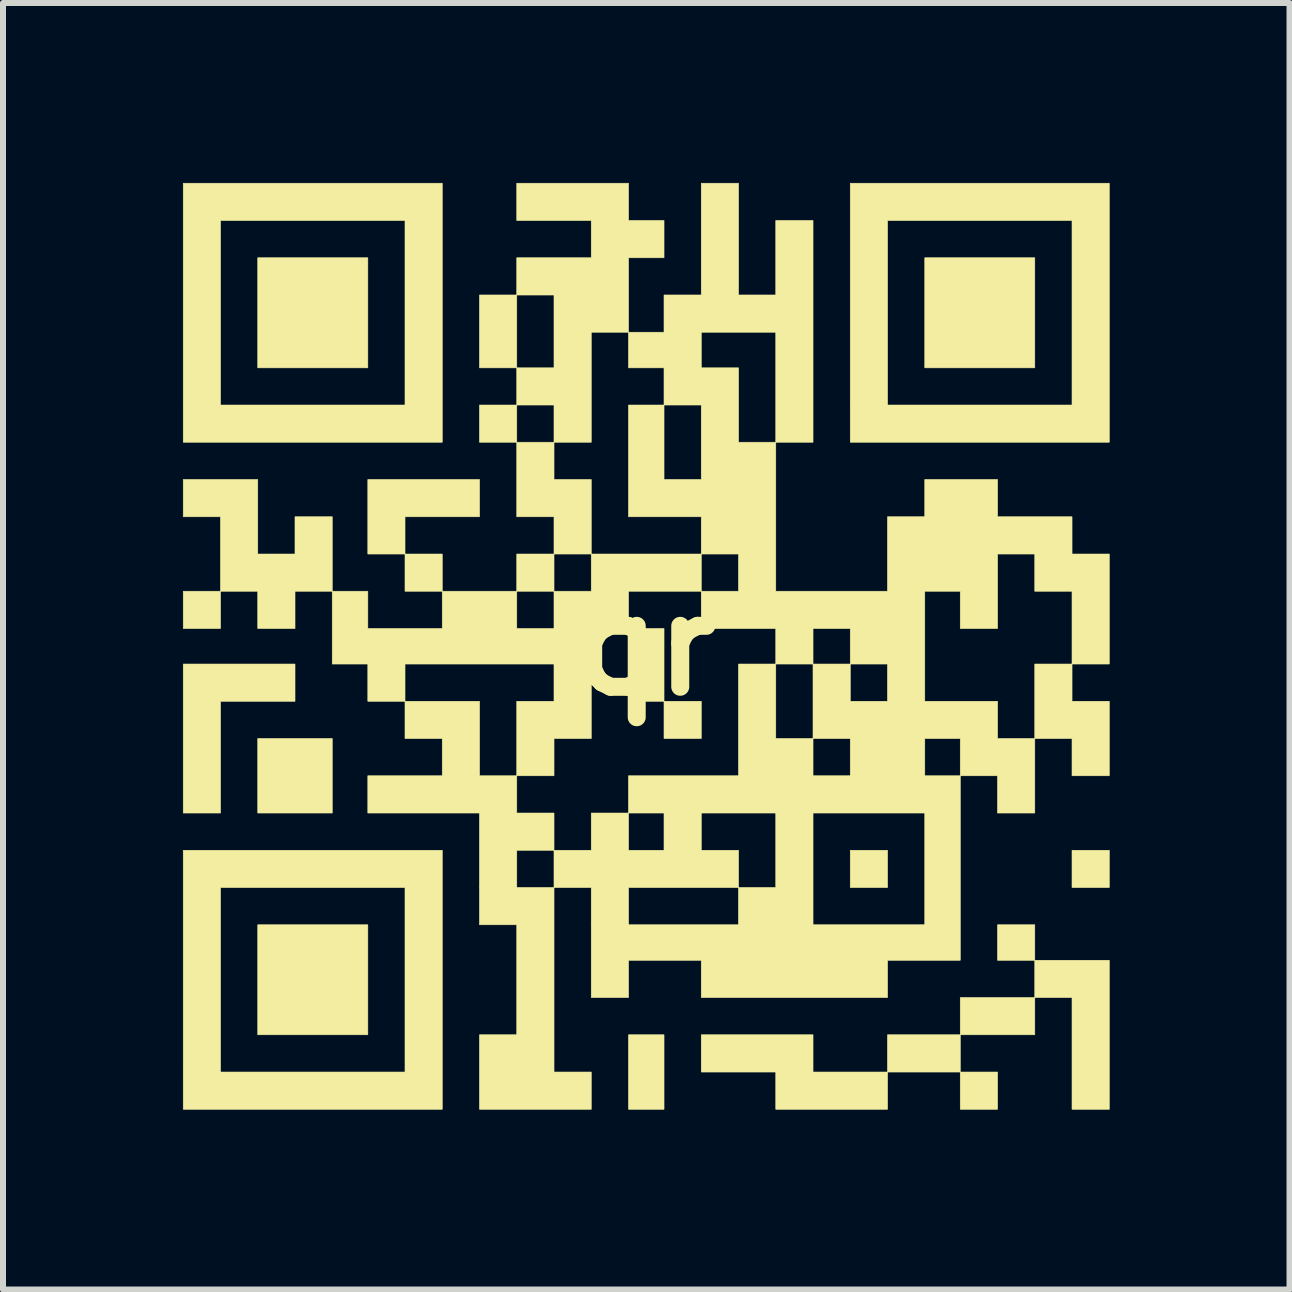
<source format=kicad_pcb>
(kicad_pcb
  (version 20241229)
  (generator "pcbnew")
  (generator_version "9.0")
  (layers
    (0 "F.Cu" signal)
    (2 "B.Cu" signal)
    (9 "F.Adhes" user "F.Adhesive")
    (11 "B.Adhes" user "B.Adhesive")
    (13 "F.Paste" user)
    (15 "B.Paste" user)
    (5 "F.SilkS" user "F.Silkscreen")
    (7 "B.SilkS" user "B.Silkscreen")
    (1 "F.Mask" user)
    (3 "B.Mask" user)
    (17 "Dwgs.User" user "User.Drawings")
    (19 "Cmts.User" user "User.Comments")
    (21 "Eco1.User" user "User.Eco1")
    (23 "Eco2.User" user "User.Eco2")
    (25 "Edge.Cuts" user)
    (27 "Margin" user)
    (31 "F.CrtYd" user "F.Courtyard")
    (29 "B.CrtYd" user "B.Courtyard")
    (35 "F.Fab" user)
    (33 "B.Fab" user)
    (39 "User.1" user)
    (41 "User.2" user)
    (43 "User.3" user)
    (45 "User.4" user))
  (footprint "qr"
    (layer "F.Cu")
    (at 7.71 7.71)
    (property "Reference" "qr" (at 0 0 0) (layer "F.SilkS") (effects (font (size 1.524 1.524) (thickness 0.3))))
    (attr through_hole)
    (fp_poly (pts (xy -7.084 -0.282) (xy -7.705 -0.282) (xy -7.705 -0.903) (xy -7.084 -0.903) (xy -7.084 -0.282)) (stroke (width 0.01) (type solid)) (fill yes) (layer "F.SilkS"))
    (fp_poly (pts (xy -5.221 2.794) (xy -6.463 2.794) (xy -6.463 1.552) (xy -5.221 1.552) (xy -5.221 2.794)) (stroke (width 0.01) (type solid)) (fill yes) (layer "F.SilkS"))
    (fp_poly (pts (xy -4.628 -4.628) (xy -6.463 -4.628) (xy -6.463 -6.463) (xy -4.628 -6.463) (xy -4.628 -4.628)) (stroke (width 0.01) (type solid)) (fill yes) (layer "F.SilkS"))
    (fp_poly (pts (xy -4.628 6.491) (xy -6.463 6.491) (xy -6.463 4.657) (xy -4.628 4.657) (xy -4.628 6.491)) (stroke (width 0.01) (type solid)) (fill yes) (layer "F.SilkS"))
    (fp_poly (pts (xy -3.387 -0.903) (xy -4.008 -0.903) (xy -4.008 -1.524) (xy -3.387 -1.524) (xy -3.387 -0.903)) (stroke (width 0.01) (type solid)) (fill yes) (layer "F.SilkS"))
    (fp_poly (pts (xy 0.31 0.931) (xy -0.282 0.931) (xy -0.282 -0.282) (xy 0.31 -0.282) (xy 0.31 0.931)) (stroke (width 0.01) (type solid)) (fill yes) (layer "F.SilkS"))
    (fp_poly (pts (xy 0.31 7.733) (xy -0.282 7.733) (xy -0.282 6.491) (xy 0.31 6.491) (xy 0.31 7.733)) (stroke (width 0.01) (type solid)) (fill yes) (layer "F.SilkS"))
    (fp_poly (pts (xy 0.931 1.552) (xy 0.31 1.552) (xy 0.31 0.931) (xy 0.931 0.931) (xy 0.931 1.552)) (stroke (width 0.01) (type solid)) (fill yes) (layer "F.SilkS"))
    (fp_poly (pts (xy 4.036 4.036) (xy 3.415 4.036) (xy 3.415 3.415) (xy 4.036 3.415) (xy 4.036 4.036)) (stroke (width 0.01) (type solid)) (fill yes) (layer "F.SilkS"))
    (fp_poly (pts (xy 5.249 7.112) (xy 4.036 7.112) (xy 4.036 6.491) (xy 5.249 6.491) (xy 5.249 7.112)) (stroke (width 0.01) (type solid)) (fill yes) (layer "F.SilkS"))
    (fp_poly (pts (xy 5.87 7.733) (xy 5.249 7.733) (xy 5.249 7.112) (xy 5.87 7.112) (xy 5.87 7.733)) (stroke (width 0.01) (type solid)) (fill yes) (layer "F.SilkS"))
    (fp_poly (pts (xy 6.491 -4.628) (xy 4.657 -4.628) (xy 4.657 -6.463) (xy 6.491 -6.463) (xy 6.491 -4.628)) (stroke (width 0.01) (type solid)) (fill yes) (layer "F.SilkS"))
    (fp_poly (pts (xy 6.491 5.249) (xy 5.87 5.249) (xy 5.87 4.657) (xy 6.491 4.657) (xy 6.491 5.249)) (stroke (width 0.01) (type solid)) (fill yes) (layer "F.SilkS"))
    (fp_poly (pts (xy 6.491 6.491) (xy 5.249 6.491) (xy 5.249 5.87) (xy 6.491 5.87) (xy 6.491 6.491)) (stroke (width 0.01) (type solid)) (fill yes) (layer "F.SilkS"))
    (fp_poly (pts (xy 7.733 4.036) (xy 7.112 4.036) (xy 7.112 3.415) (xy 7.733 3.415) (xy 7.733 4.036)) (stroke (width 0.01) (type solid)) (fill yes) (layer "F.SilkS"))
    (fp_poly (pts (xy -5.842 0.931) (xy -7.084 0.931) (xy -7.084 2.794) (xy -7.705 2.794) (xy -7.705 0.31) (xy -5.842 0.31) (xy -5.842 0.931)) (stroke (width 0.01) (type solid)) (fill yes) (layer "F.SilkS"))
    (fp_poly (pts (xy -2.766 -2.145) (xy -4.008 -2.145) (xy -4.008 -1.524) (xy -4.628 -1.524) (xy -4.628 -2.766) (xy -2.766 -2.766) (xy -2.766 -2.145)) (stroke (width 0.01) (type solid)) (fill yes) (layer "F.SilkS"))
    (fp_poly (pts (xy 6.491 5.249) (xy 7.733 5.249) (xy 7.733 7.733) (xy 7.112 7.733) (xy 7.112 5.87) (xy 6.491 5.87) (xy 6.491 5.249)) (stroke (width 0.01) (type solid)) (fill yes) (layer "F.SilkS"))
    (fp_poly (pts (xy 2.794 7.112) (xy 4.036 7.112) (xy 4.036 7.733) (xy 2.173 7.733) (xy 2.173 7.112) (xy 0.931 7.112) (xy 0.931 6.491) (xy 2.794 6.491) (xy 2.794 7.112)) (stroke (width 0.01) (type solid)) (fill yes) (layer "F.SilkS"))
    (fp_poly (pts (xy -3.387 -3.387) (xy -7.705 -3.387) (xy -7.705 -7.084) (xy -7.084 -7.084) (xy -7.084 -4.008) (xy -4.008 -4.008) (xy -4.008 -7.084) (xy -7.084 -7.084) (xy -7.705 -7.084) (xy -7.705 -7.705) (xy -3.387 -7.705) (xy -3.387 -3.387)) (stroke (width 0.01) (type solid)) (fill yes) (layer "F.SilkS"))
    (fp_poly (pts (xy -3.387 7.733) (xy -7.705 7.733) (xy -7.705 4.036) (xy -7.084 4.036) (xy -7.084 7.112) (xy -4.008 7.112) (xy -4.008 4.036) (xy -7.084 4.036) (xy -7.705 4.036) (xy -7.705 3.415) (xy -3.387 3.415) (xy -3.387 7.733)) (stroke (width 0.01) (type solid)) (fill yes) (layer "F.SilkS"))
    (fp_poly (pts (xy 7.733 -3.387) (xy 3.415 -3.387) (xy 3.415 -7.084) (xy 4.036 -7.084) (xy 4.036 -4.008) (xy 7.112 -4.008) (xy 7.112 -7.084) (xy 4.036 -7.084) (xy 3.415 -7.084) (xy 3.415 -7.705) (xy 7.733 -7.705) (xy 7.733 -3.387)) (stroke (width 0.01) (type solid)) (fill yes) (layer "F.SilkS"))
    (fp_poly (pts (xy -7.084 -2.145) (xy -7.705 -2.145) (xy -7.705 -2.766) (xy -6.463 -2.766) (xy -6.463 -1.524) (xy -5.842 -1.524) (xy -5.842 -2.145) (xy -5.221 -2.145) (xy -5.221 -0.903) (xy -5.842 -0.903) (xy -5.842 -0.282) (xy -6.463 -0.282) (xy -6.463 -0.903) (xy -7.084 -0.903) (xy -7.084 -2.145)) (stroke (width 0.01) (type solid)) (fill yes) (layer "F.SilkS"))
    (fp_poly (pts (xy -0.282 -7.084) (xy 0.31 -7.084) (xy 0.31 -6.463) (xy -0.282 -6.463) (xy -0.282 -5.221) (xy 0.31 -5.221) (xy 0.931 -5.221) (xy 0.931 -4.628) (xy 1.552 -4.628) (xy 1.552 -3.387) (xy 2.173 -3.387) (xy 2.173 -5.221) (xy 0.931 -5.221) (xy 0.31 -5.221) (xy 0.31 -5.842) (xy 0.931 -5.842) (xy 0.931 -7.705) (xy 1.552 -7.705) (xy 1.552 -5.842) (xy 2.173 -5.842) (xy 2.173 -7.084) (xy 2.794 -7.084) (xy 2.794 -3.387) (xy 2.173 -3.387) (xy 2.173 -0.903) (xy 4.036 -0.903) (xy 4.657 -0.903) (xy 4.657 0.931) (xy 5.87 0.931) (xy 5.87 1.552) (xy 6.491 1.552) (xy 6.491 0.31) (xy 7.112 0.31) (xy 7.112 -0.903) (xy 6.491 -0.903) (xy 6.491 -1.524) (xy 5.87 -1.524) (xy 5.87 -0.282) (xy 5.249 -0.282) (xy 5.249 -0.903) (xy 4.657 -0.903) (xy 4.036 -0.903) (xy 4.036 -2.145) (xy 4.657 -2.145) (xy 4.657 -2.766) (xy 5.87 -2.766) (xy 5.87 -2.145) (xy 7.112 -2.145) (xy 7.112 -1.524) (xy 7.733 -1.524) (xy 7.733 0.31) (xy 7.112 0.31) (xy 7.112 0.931) (xy 7.733 0.931) (xy 7.733 2.173) (xy 7.112 2.173) (xy 7.112 1.552) (xy 6.491 1.552) (xy 6.491 2.794) (xy 5.87 2.794) (xy 5.87 2.173) (xy 5.249 2.173) (xy 5.249 5.249) (xy 4.036 5.249) (xy 4.036 5.87) (xy 0.931 5.87) (xy 0.931 5.249) (xy -0.282 5.249) (xy -0.282 5.87) (xy -0.903 5.87) (xy -0.903 4.036) (xy -0.282 4.036) (xy -0.282 4.657) (xy 1.552 4.657) (xy 1.552 4.036) (xy -0.282 4.036) (xy -0.903 4.036) (xy -1.524 4.036) (xy -1.524 7.112) (xy -0.903 7.112) (xy -0.903 7.733) (xy -2.766 7.733) (xy -2.766 6.491) (xy -2.145 6.491) (xy -2.145 4.657) (xy -2.766 4.657) (xy -2.766 3.415) (xy -2.145 3.415) (xy -2.145 4.036) (xy -1.524 4.036) (xy -1.524 3.415) (xy -2.145 3.415) (xy -2.766 3.415) (xy -2.766 2.794) (xy -4.628 2.794) (xy -4.628 2.173) (xy -3.387 2.173) (xy -3.387 1.552) (xy -4.008 1.552) (xy -4.008 0.931) (xy -4.628 0.931) (xy -4.628 0.31) (xy -4.008 0.31) (xy -4.008 0.931) (xy -2.766 0.931) (xy -2.766 2.173) (xy -2.145 2.173) (xy -2.145 2.794) (xy -1.524 2.794) (xy -1.524 3.415) (xy -0.903 3.415) (xy -0.903 2.794) (xy -0.282 2.794) (xy -0.282 3.415) (xy 0.31 3.415) (xy 0.31 2.794) (xy 0.931 2.794) (xy 0.931 3.415) (xy 1.552 3.415) (xy 1.552 4.036) (xy 2.173 4.036) (xy 2.173 2.794) (xy 2.794 2.794) (xy 2.794 4.657) (xy 4.657 4.657) (xy 4.657 2.794) (xy 2.794 2.794) (xy 2.173 2.794) (xy 0.931 2.794) (xy 0.31 2.794) (xy -0.282 2.794) (xy -0.282 2.173) (xy 1.552 2.173) (xy 1.552 0.31) (xy 2.173 0.31) (xy 2.173 1.552) (xy 2.794 1.552) (xy 2.794 2.173) (xy 3.415 2.173) (xy 3.415 1.552) (xy 4.657 1.552) (xy 4.657 2.173) (xy 5.249 2.173) (xy 5.249 1.552) (xy 4.657 1.552) (xy 3.415 1.552) (xy 2.794 1.552) (xy 2.794 0.31) (xy 2.173 0.31) (xy 2.173 -0.282) (xy 2.794 -0.282) (xy 2.794 0.31) (xy 3.415 0.31) (xy 3.415 0.931) (xy 4.036 0.931) (xy 4.036 0.31) (xy 3.415 0.31) (xy 3.415 -0.282) (xy 2.794 -0.282) (xy 2.173 -0.282) (xy 0.931 -0.282) (xy 0.931 -0.903) (xy -0.282 -0.903) (xy -0.282 -0.282) (xy -0.903 -0.282) (xy -0.903 1.552) (xy -1.524 1.552) (xy -1.524 2.173) (xy -2.145 2.173) (xy -2.145 0.931) (xy -1.524 0.931) (xy -1.524 0.31) (xy -4.008 0.31) (xy -4.628 0.31) (xy -5.221 0.31) (xy -5.221 -0.903) (xy -4.628 -0.903) (xy -4.628 -0.282) (xy -3.387 -0.282) (xy -3.387 -0.903) (xy -2.145 -0.903) (xy -2.145 -0.282) (xy -1.524 -0.282) (xy -1.524 -0.903) (xy -2.145 -0.903) (xy -2.145 -1.524) (xy -1.524 -1.524) (xy -1.524 -0.903) (xy -0.903 -0.903) (xy -0.903 -1.524) (xy -1.524 -1.524) (xy -1.524 -2.145) (xy -2.145 -2.145) (xy -2.145 -3.387) (xy -2.766 -3.387) (xy -2.766 -4.008) (xy -2.145 -4.008) (xy -2.145 -3.387) (xy -1.524 -3.387) (xy -1.524 -2.766) (xy -0.903 -2.766) (xy -0.903 -1.524) (xy 0.931 -1.524) (xy 0.931 -0.903) (xy 1.552 -0.903) (xy 1.552 -1.524) (xy 0.931 -1.524) (xy 0.931 -2.145) (xy -0.282 -2.145) (xy -0.282 -4.008) (xy 0.31 -4.008) (xy 0.31 -2.766) (xy 0.931 -2.766) (xy 0.931 -4.008) (xy 0.31 -4.008) (xy 0.31 -4.628) (xy -0.282 -4.628) (xy -0.282 -5.221) (xy -0.903 -5.221) (xy -0.903 -3.387) (xy -1.524 -3.387) (xy -1.524 -4.008) (xy -2.145 -4.008) (xy -2.145 -4.628) (xy -2.766 -4.628) (xy -2.766 -5.842) (xy -2.145 -5.842) (xy -2.145 -4.628) (xy -1.524 -4.628) (xy -1.524 -5.842) (xy -2.145 -5.842) (xy -2.145 -6.463) (xy -0.903 -6.463) (xy -0.903 -7.084) (xy -2.145 -7.084) (xy -2.145 -7.705) (xy -0.282 -7.705) (xy -0.282 -7.084)) (stroke (width 0.01) (type solid)) (fill yes) (layer "F.SilkS")))
  (gr_rect
    (start -3 -3)
    (end 18.448 18.448)
    (stroke (width 0.1) (type default))
    (fill no)
    (layer "Edge.Cuts")))
</source>
